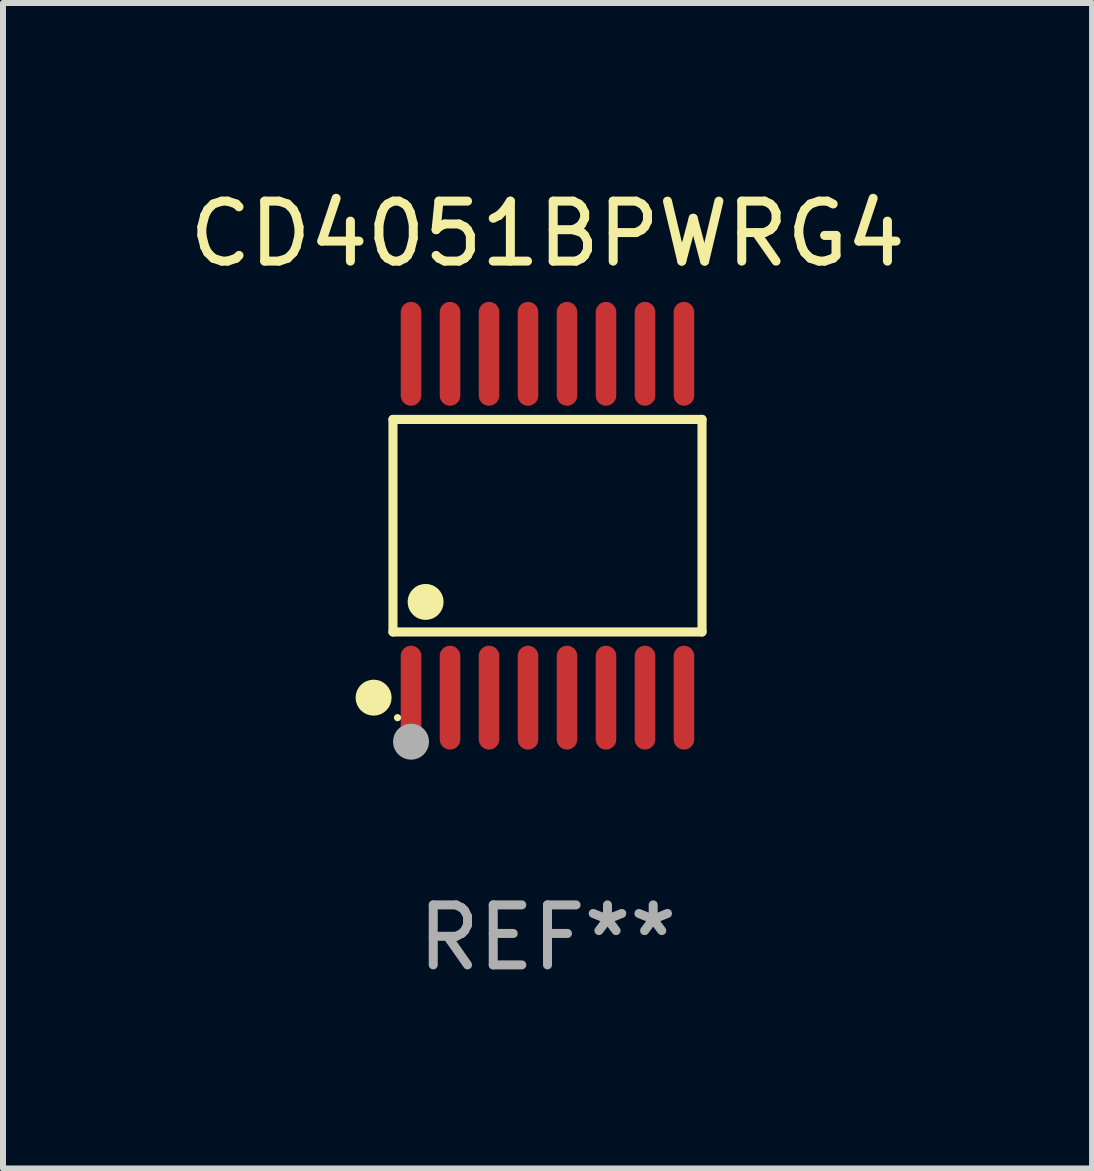
<source format=kicad_pcb>
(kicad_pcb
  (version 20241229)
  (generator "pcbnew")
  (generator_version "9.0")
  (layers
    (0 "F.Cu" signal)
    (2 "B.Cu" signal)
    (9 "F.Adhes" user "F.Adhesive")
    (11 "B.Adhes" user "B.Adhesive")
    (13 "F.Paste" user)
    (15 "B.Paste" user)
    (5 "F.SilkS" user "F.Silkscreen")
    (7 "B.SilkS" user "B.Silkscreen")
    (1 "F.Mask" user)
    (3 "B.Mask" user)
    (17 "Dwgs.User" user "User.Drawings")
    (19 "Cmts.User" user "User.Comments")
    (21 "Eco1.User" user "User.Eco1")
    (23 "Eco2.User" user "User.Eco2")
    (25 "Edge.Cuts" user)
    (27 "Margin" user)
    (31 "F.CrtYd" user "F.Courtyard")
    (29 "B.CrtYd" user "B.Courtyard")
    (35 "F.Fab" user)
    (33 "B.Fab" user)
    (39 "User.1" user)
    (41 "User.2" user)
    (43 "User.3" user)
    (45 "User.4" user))
  (footprint "CD4051BPWRG4"
    (layer "F.Cu")
    (at 6.077 5.714)
    (property "Reference" "CD4051BPWRG4" (at 0 -4.866 0) (layer "F.SilkS") (effects (font (size 1 1) (thickness 0.15))))
    (attr through_hole)
    (fp_line (start -2.576 -1.772) (end 2.576 -1.772) (stroke (width 0.152) (type solid)) (layer "F.SilkS"))
    (fp_line (start -2.576 1.771) (end -2.576 -1.772) (stroke (width 0.152) (type solid)) (layer "F.SilkS"))
    (fp_line (start 2.576 -1.772) (end 2.576 1.771) (stroke (width 0.152) (type solid)) (layer "F.SilkS"))
    (fp_line (start 2.576 1.771) (end -2.576 1.771) (stroke (width 0.152) (type solid)) (layer "F.SilkS"))
    (fp_circle (center -2.899 2.866) (end -2.749 2.866) (stroke (width 0.3) (type solid)) (fill no) (layer "F.SilkS"))
    (fp_circle (center -2.5 3.2) (end -2.47 3.2) (stroke (width 0.06) (type solid)) (fill no) (layer "F.SilkS"))
    (fp_circle (center -2.032 1.27) (end -1.882 1.27) (stroke (width 0.3) (type solid)) (fill no) (layer "F.SilkS"))
    (fp_circle (center -2.275 3.6) (end -2.125 3.6) (stroke (width 0.3) (type solid)) (fill no) (layer "F.Fab"))
    (fp_text user "REF**" (at 0 6.866 0) (layer "F.Fab") (effects (font (size 1 1) (thickness 0.15))))
    (pad "1" smd oval (at -2.275 2.866) (size 0.343 1.731) (layers "F.Cu" "F.Mask" "F.Paste"))
    (pad "2" smd oval (at -1.625 2.866) (size 0.343 1.731) (layers "F.Cu" "F.Mask" "F.Paste"))
    (pad "3" smd oval (at -0.975 2.866) (size 0.343 1.731) (layers "F.Cu" "F.Mask" "F.Paste"))
    (pad "4" smd oval (at -0.325 2.866) (size 0.343 1.731) (layers "F.Cu" "F.Mask" "F.Paste"))
    (pad "5" smd oval (at 0.325 2.866) (size 0.343 1.731) (layers "F.Cu" "F.Mask" "F.Paste"))
    (pad "6" smd oval (at 0.975 2.866) (size 0.343 1.731) (layers "F.Cu" "F.Mask" "F.Paste"))
    (pad "7" smd oval (at 1.625 2.866) (size 0.343 1.731) (layers "F.Cu" "F.Mask" "F.Paste"))
    (pad "8" smd oval (at 2.275 2.866) (size 0.343 1.731) (layers "F.Cu" "F.Mask" "F.Paste"))
    (pad "9" smd oval (at 2.275 -2.866) (size 0.343 1.731) (layers "F.Cu" "F.Mask" "F.Paste"))
    (pad "10" smd oval (at 1.625 -2.866) (size 0.343 1.731) (layers "F.Cu" "F.Mask" "F.Paste"))
    (pad "11" smd oval (at 0.975 -2.866) (size 0.343 1.731) (layers "F.Cu" "F.Mask" "F.Paste"))
    (pad "12" smd oval (at 0.325 -2.866) (size 0.343 1.731) (layers "F.Cu" "F.Mask" "F.Paste"))
    (pad "13" smd oval (at -0.325 -2.866) (size 0.343 1.731) (layers "F.Cu" "F.Mask" "F.Paste"))
    (pad "14" smd oval (at -0.975 -2.866) (size 0.343 1.731) (layers "F.Cu" "F.Mask" "F.Paste"))
    (pad "15" smd oval (at -1.625 -2.866) (size 0.343 1.731) (layers "F.Cu" "F.Mask" "F.Paste"))
    (pad "16" smd oval (at -2.275 -2.866) (size 0.343 1.731) (layers "F.Cu" "F.Mask" "F.Paste")))
  (gr_rect
    (start -3 -3)
    (end 15.155 16.428)
    (stroke (width 0.1) (type default))
    (fill no)
    (layer "Edge.Cuts")))
</source>
